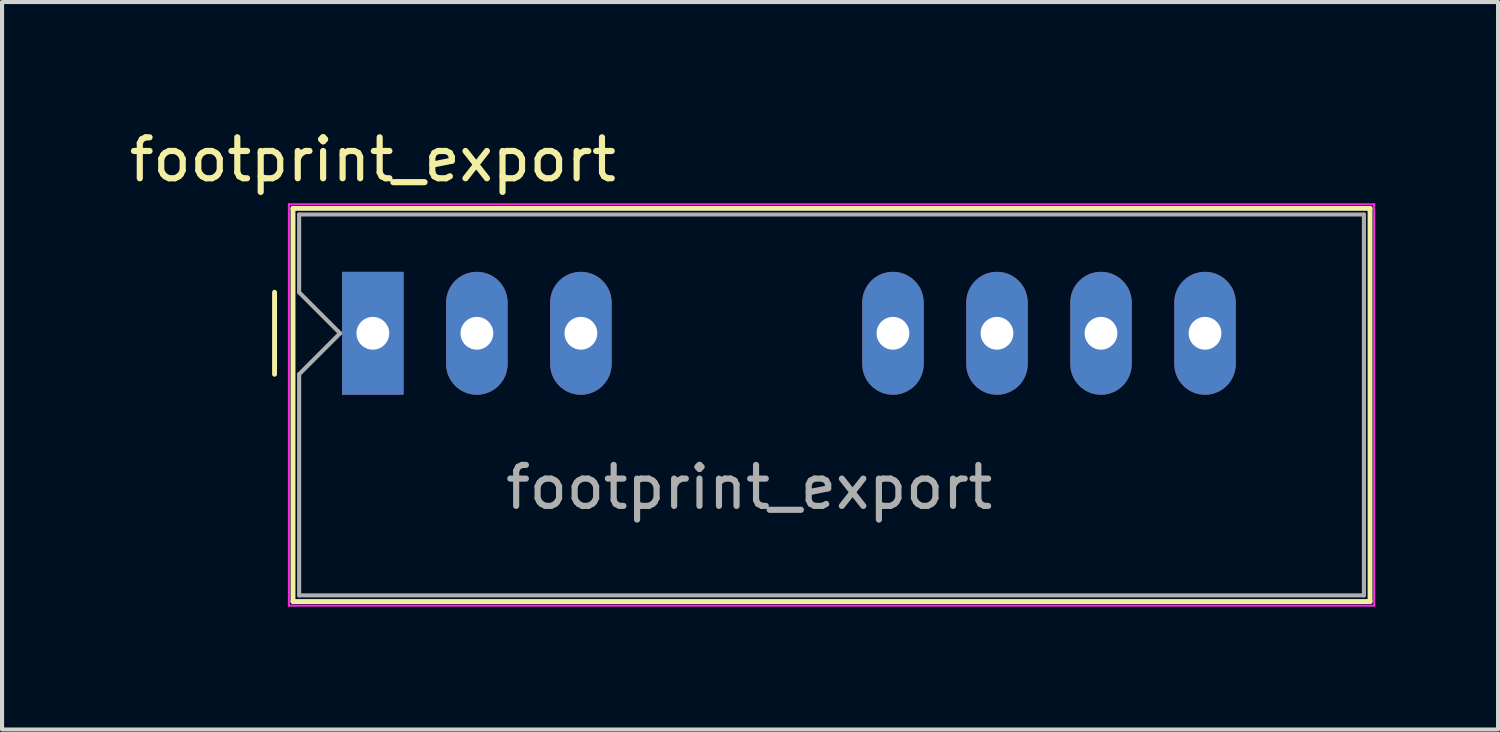
<source format=kicad_pcb>
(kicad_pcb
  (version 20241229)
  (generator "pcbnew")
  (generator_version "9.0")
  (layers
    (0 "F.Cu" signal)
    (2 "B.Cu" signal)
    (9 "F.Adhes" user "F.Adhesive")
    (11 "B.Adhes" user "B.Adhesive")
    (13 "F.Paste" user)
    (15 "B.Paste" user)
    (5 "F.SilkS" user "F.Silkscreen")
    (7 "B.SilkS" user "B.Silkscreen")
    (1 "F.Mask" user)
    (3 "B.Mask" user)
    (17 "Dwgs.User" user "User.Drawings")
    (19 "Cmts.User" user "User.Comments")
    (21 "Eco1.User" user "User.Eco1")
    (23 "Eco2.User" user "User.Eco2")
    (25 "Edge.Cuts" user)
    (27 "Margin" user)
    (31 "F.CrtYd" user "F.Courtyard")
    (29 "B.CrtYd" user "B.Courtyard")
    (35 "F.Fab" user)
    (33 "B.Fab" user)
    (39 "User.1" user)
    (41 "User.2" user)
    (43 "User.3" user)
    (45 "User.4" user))
  (footprint "footprint_export"
    (layer "F.Cu")
    (at 6.054 5.088)
    (property "Reference" "footprint_export" (at 0 -4.24 0) (layer "F.SilkS") (effects (font (size 1 1) (thickness 0.15))))
    (attr through_hole)
    (fp_line (start -2.4 -1) (end -2.4 1) (stroke (width 0.12) (type solid)) (layer "F.SilkS"))
    (fp_line (start -1.95 -3.05) (end 24.35 -3.05) (stroke (width 0.12) (type solid)) (layer "F.SilkS"))
    (fp_line (start -1.95 6.55) (end -1.95 -3.05) (stroke (width 0.12) (type solid)) (layer "F.SilkS"))
    (fp_line (start 24.35 -3.05) (end 24.35 6.55) (stroke (width 0.12) (type solid)) (layer "F.SilkS"))
    (fp_line (start 24.35 6.55) (end -1.95 6.55) (stroke (width 0.12) (type solid)) (layer "F.SilkS"))
    (fp_line (start -2.05 -3.15) (end -2.05 6.65) (stroke (width 0.05) (type solid)) (layer "F.CrtYd"))
    (fp_line (start -2.05 -3.15) (end 24.45 -3.15) (stroke (width 0.05) (type solid)) (layer "F.CrtYd"))
    (fp_line (start -2.05 6.65) (end 24.45 6.65) (stroke (width 0.05) (type solid)) (layer "F.CrtYd"))
    (fp_line (start 24.45 -3.15) (end 24.45 6.65) (stroke (width 0.05) (type solid)) (layer "F.CrtYd"))
    (fp_line (start -1.8 -2.9) (end -1.8 -1) (stroke (width 0.1) (type solid)) (layer "F.Fab"))
    (fp_line (start -1.8 -1) (end -0.8 0) (stroke (width 0.1) (type solid)) (layer "F.Fab"))
    (fp_line (start -1.8 1) (end -1.8 6.4) (stroke (width 0.1) (type solid)) (layer "F.Fab"))
    (fp_line (start -1.8 1) (end -0.8 0) (stroke (width 0.1) (type solid)) (layer "F.Fab"))
    (fp_line (start 24.2 -2.9) (end -1.8 -2.9) (stroke (width 0.1) (type solid)) (layer "F.Fab"))
    (fp_line (start 24.2 -2.9) (end 24.2 6.4) (stroke (width 0.1) (type solid)) (layer "F.Fab"))
    (fp_line (start 24.2 6.4) (end -1.8 6.4) (stroke (width 0.1) (type solid)) (layer "F.Fab"))
    (fp_text user "${REFERENCE}" (at 9.19 3.76 0) (layer "F.Fab") (effects (font (size 1 1) (thickness 0.15))))
    (pad "1" thru_hole rect (at 0 0) (size 1.5 3) (drill 0.8) (layers "*.Cu" "*.Mask"))
    (pad "2" thru_hole oval (at 2.54 0) (size 1.5 3) (drill 0.8) (layers "*.Cu" "*.Mask"))
    (pad "3" thru_hole oval (at 5.08 0) (size 1.5 3) (drill 0.8) (layers "*.Cu" "*.Mask"))
    (pad "6" thru_hole oval (at 12.7 0) (size 1.5 3) (drill 0.8) (layers "*.Cu" "*.Mask"))
    (pad "7" thru_hole oval (at 15.24 0) (size 1.5 3) (drill 0.8) (layers "*.Cu" "*.Mask"))
    (pad "8" thru_hole oval (at 17.78 0) (size 1.5 3) (drill 0.8) (layers "*.Cu" "*.Mask"))
    (pad "9" thru_hole oval (at 20.32 0) (size 1.5 3) (drill 0.8) (layers "*.Cu" "*.Mask")))
  (gr_rect
    (start -3 -3)
    (end 33.529 14.763)
    (stroke (width 0.1) (type default))
    (fill no)
    (layer "Edge.Cuts")))
</source>
